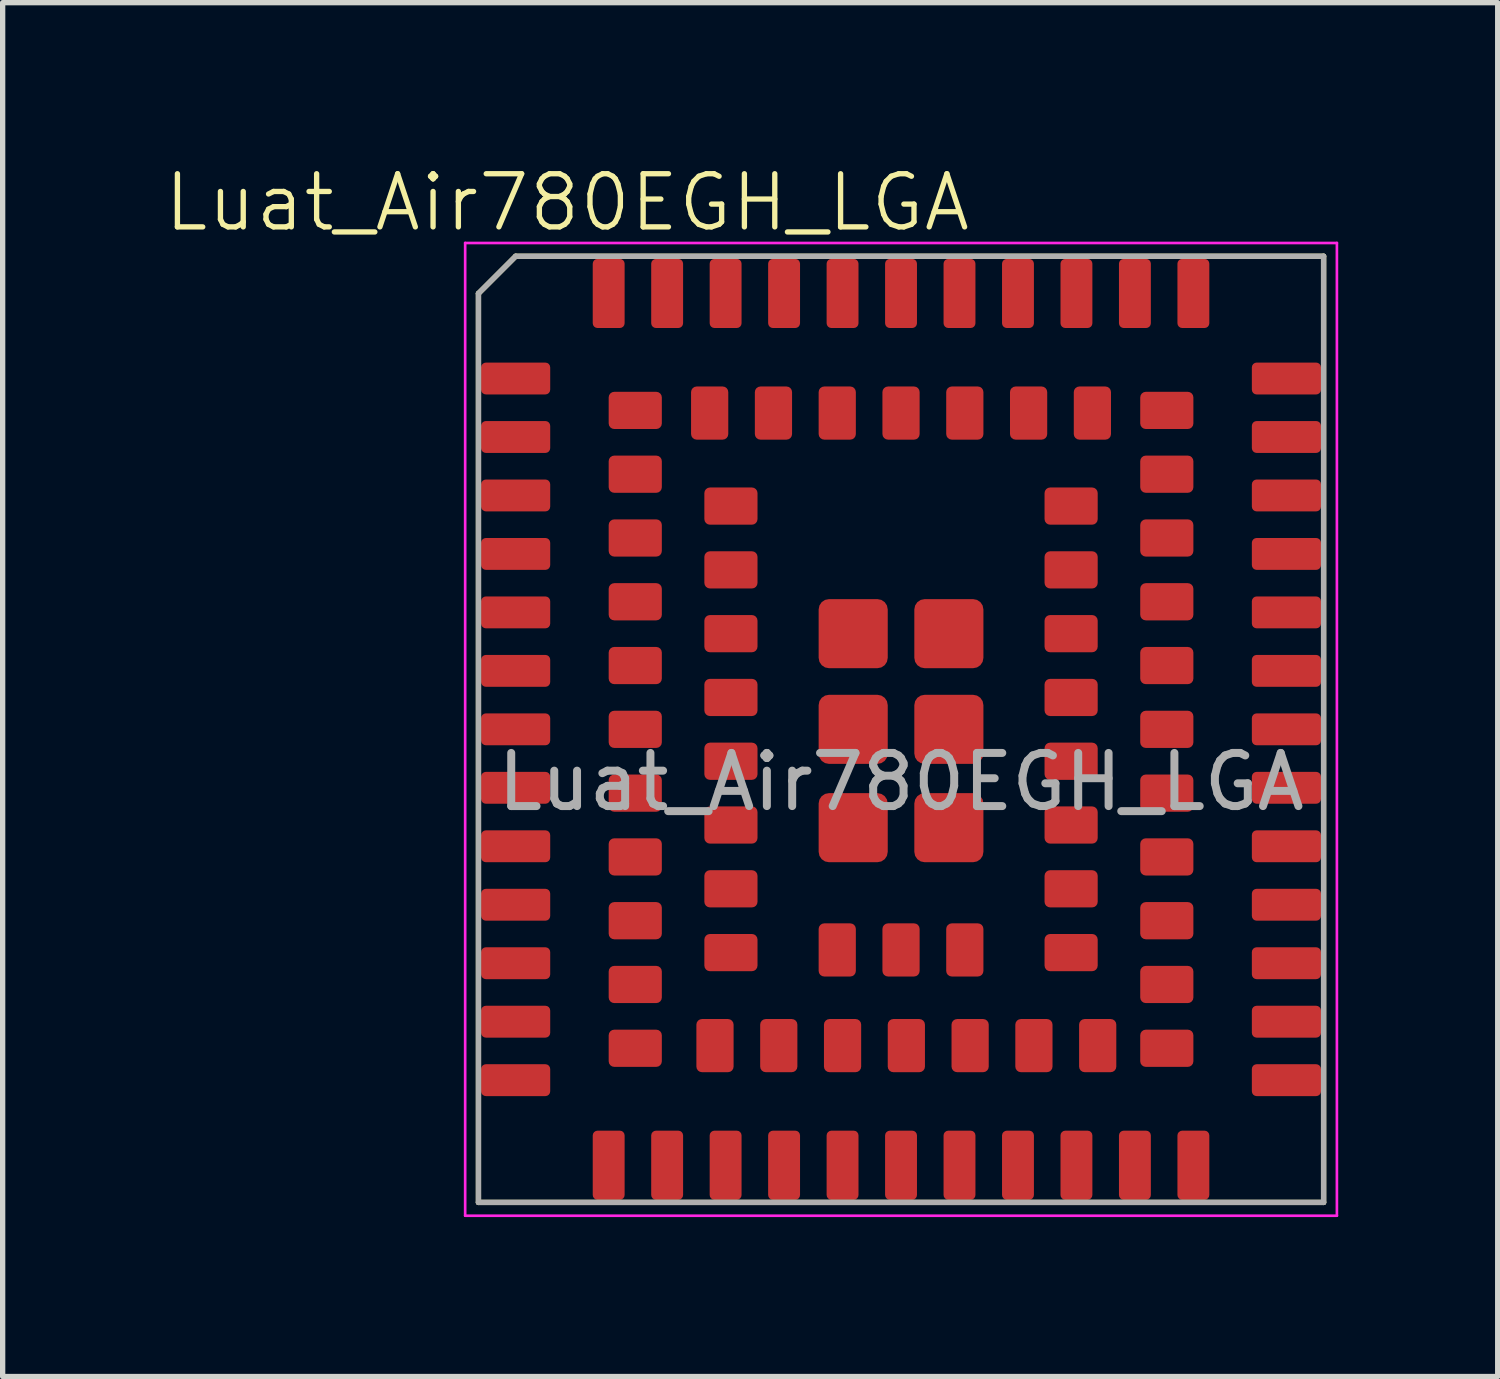
<source format=kicad_pcb>
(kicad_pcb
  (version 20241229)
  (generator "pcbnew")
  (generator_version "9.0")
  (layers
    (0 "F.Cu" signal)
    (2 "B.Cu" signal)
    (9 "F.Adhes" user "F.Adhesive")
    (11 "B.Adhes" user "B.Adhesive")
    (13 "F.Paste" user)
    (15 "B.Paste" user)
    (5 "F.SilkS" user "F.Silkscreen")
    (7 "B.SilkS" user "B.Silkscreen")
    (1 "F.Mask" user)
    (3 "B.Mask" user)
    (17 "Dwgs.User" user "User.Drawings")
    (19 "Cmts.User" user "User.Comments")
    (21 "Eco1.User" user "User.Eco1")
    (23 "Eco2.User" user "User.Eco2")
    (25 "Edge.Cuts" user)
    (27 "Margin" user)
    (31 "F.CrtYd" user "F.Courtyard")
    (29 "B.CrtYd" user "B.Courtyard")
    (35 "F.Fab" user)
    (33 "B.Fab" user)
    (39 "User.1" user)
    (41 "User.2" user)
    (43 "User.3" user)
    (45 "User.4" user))
  (footprint "Luat_Air780EGH_LGA"
    (layer "F.Cu")
    (at 13.901 10.671)
    (property "Reference" "Luat_Air780EGH_LGA" (at -6.28 -9.91 0) (unlocked yes) (layer "F.SilkS") (effects (font (size 1 1) (thickness 0.1))))
    (attr smd)
    (fp_line (start -7.95 -8.2) (end -7.95 8.9) (stroke (width 0.1) (type default)) (layer "F.SilkS"))
    (fp_line (start -7.95 8.9) (end 7.95 8.9) (stroke (width 0.1) (type default)) (layer "F.SilkS"))
    (fp_line (start -7.25 -8.9) (end -7.95 -8.2) (stroke (width 0.1) (type default)) (layer "F.SilkS"))
    (fp_line (start 7.95 -8.9) (end -7.25 -8.9) (stroke (width 0.1) (type default)) (layer "F.SilkS"))
    (fp_line (start 7.95 8.9) (end 7.95 -8.9) (stroke (width 0.1) (type default)) (layer "F.SilkS"))
    (fp_line (start -8.2 9.15) (end -8.2 -9.15) (stroke (width 0.05) (type default)) (layer "F.CrtYd"))
    (fp_line (start -8.2 9.15) (end 8.2 9.15) (stroke (width 0.05) (type default)) (layer "F.CrtYd"))
    (fp_line (start 8.2 -9.15) (end -8.2 -9.15) (stroke (width 0.05) (type default)) (layer "F.CrtYd"))
    (fp_line (start 8.2 9.15) (end 8.2 -9.15) (stroke (width 0.05) (type default)) (layer "F.CrtYd"))
    (fp_line (start -7.95 -8.2) (end -7.95 8.9) (stroke (width 0.1) (type default)) (layer "F.Fab"))
    (fp_line (start -7.95 8.9) (end 7.95 8.9) (stroke (width 0.1) (type default)) (layer "F.Fab"))
    (fp_line (start -7.25 -8.9) (end -7.95 -8.2) (stroke (width 0.1) (type default)) (layer "F.Fab"))
    (fp_line (start 7.95 -8.9) (end -7.25 -8.9) (stroke (width 0.1) (type default)) (layer "F.Fab"))
    (fp_line (start 7.95 8.9) (end 7.95 -8.9) (stroke (width 0.1) (type default)) (layer "F.Fab"))
    (fp_text user "${REFERENCE}" (at 0 0.989 0) (unlocked yes) (layer "F.Fab") (effects (font (size 1 1) (thickness 0.15))))
    (pad "1" smd roundrect (at -7.25 -6.6) (size 1.3 0.599) (layers "F.Cu" "F.Mask" "F.Paste") (roundrect_rratio 0.15))
    (pad "2" smd roundrect (at -7.25 -5.5) (size 1.3 0.6) (layers "F.Cu" "F.Mask" "F.Paste") (roundrect_rratio 0.15))
    (pad "3" smd roundrect (at -7.25 -4.4) (size 1.3 0.6) (layers "F.Cu" "F.Mask" "F.Paste") (roundrect_rratio 0.15))
    (pad "4" smd roundrect (at -7.25 -3.3) (size 1.3 0.6) (layers "F.Cu" "F.Mask" "F.Paste") (roundrect_rratio 0.15))
    (pad "5" smd roundrect (at -7.25 -2.2) (size 1.3 0.6) (layers "F.Cu" "F.Mask" "F.Paste") (roundrect_rratio 0.15))
    (pad "6" smd roundrect (at -7.25 -1.1) (size 1.3 0.6) (layers "F.Cu" "F.Mask" "F.Paste") (roundrect_rratio 0.15))
    (pad "7" smd roundrect (at -7.25 0) (size 1.3 0.6) (layers "F.Cu" "F.Mask" "F.Paste") (roundrect_rratio 0.15))
    (pad "8" smd roundrect (at -7.25 1.1) (size 1.3 0.6) (layers "F.Cu" "F.Mask" "F.Paste") (roundrect_rratio 0.15))
    (pad "9" smd roundrect (at -7.25 2.2) (size 1.3 0.6) (layers "F.Cu" "F.Mask" "F.Paste") (roundrect_rratio 0.15))
    (pad "10" smd roundrect (at -7.25 3.3) (size 1.3 0.6) (layers "F.Cu" "F.Mask" "F.Paste") (roundrect_rratio 0.15))
    (pad "11" smd roundrect (at -7.25 4.4) (size 1.3 0.6) (layers "F.Cu" "F.Mask" "F.Paste") (roundrect_rratio 0.15))
    (pad "12" smd roundrect (at -7.25 5.5) (size 1.3 0.6) (layers "F.Cu" "F.Mask" "F.Paste") (roundrect_rratio 0.15))
    (pad "13" smd roundrect (at -7.25 6.6) (size 1.3 0.6) (layers "F.Cu" "F.Mask" "F.Paste") (roundrect_rratio 0.15))
    (pad "14" smd roundrect (at -4.4 8.2 90) (size 1.3 0.6) (layers "F.Cu" "F.Mask" "F.Paste") (roundrect_rratio 0.15))
    (pad "15" smd roundrect (at -3.3 8.2 90) (size 1.3 0.6) (layers "F.Cu" "F.Mask" "F.Paste") (roundrect_rratio 0.15))
    (pad "16" smd roundrect (at -2.2 8.2 90) (size 1.3 0.6) (layers "F.Cu" "F.Mask" "F.Paste") (roundrect_rratio 0.15))
    (pad "17" smd roundrect (at -1.1 8.2 90) (size 1.3 0.6) (layers "F.Cu" "F.Mask" "F.Paste") (roundrect_rratio 0.15))
    (pad "18" smd roundrect (at 0 8.2 90) (size 1.3 0.6) (layers "F.Cu" "F.Mask" "F.Paste") (roundrect_rratio 0.15))
    (pad "19" smd roundrect (at 1.1 8.2 90) (size 1.3 0.6) (layers "F.Cu" "F.Mask" "F.Paste") (roundrect_rratio 0.15))
    (pad "20" smd roundrect (at 2.2 8.2 90) (size 1.3 0.6) (layers "F.Cu" "F.Mask" "F.Paste") (roundrect_rratio 0.15))
    (pad "21" smd roundrect (at 3.3 8.2 90) (size 1.3 0.6) (layers "F.Cu" "F.Mask" "F.Paste") (roundrect_rratio 0.15))
    (pad "22" smd roundrect (at 4.4 8.2 90) (size 1.3 0.6) (layers "F.Cu" "F.Mask" "F.Paste") (roundrect_rratio 0.15))
    (pad "23" smd roundrect (at 7.25 6.6 180) (size 1.3 0.6) (layers "F.Cu" "F.Mask" "F.Paste") (roundrect_rratio 0.15))
    (pad "24" smd roundrect (at 7.25 5.5 180) (size 1.3 0.6) (layers "F.Cu" "F.Mask" "F.Paste") (roundrect_rratio 0.15))
    (pad "25" smd roundrect (at 7.25 4.4 180) (size 1.3 0.6) (layers "F.Cu" "F.Mask" "F.Paste") (roundrect_rratio 0.15))
    (pad "26" smd roundrect (at 7.25 3.3 180) (size 1.3 0.6) (layers "F.Cu" "F.Mask" "F.Paste") (roundrect_rratio 0.15))
    (pad "27" smd roundrect (at 7.25 2.2 180) (size 1.3 0.6) (layers "F.Cu" "F.Mask" "F.Paste") (roundrect_rratio 0.15))
    (pad "28" smd roundrect (at 7.25 1.1 180) (size 1.3 0.6) (layers "F.Cu" "F.Mask" "F.Paste") (roundrect_rratio 0.15))
    (pad "29" smd roundrect (at 7.25 0 180) (size 1.3 0.6) (layers "F.Cu" "F.Mask" "F.Paste") (roundrect_rratio 0.15))
    (pad "30" smd roundrect (at 7.25 -1.1 180) (size 1.3 0.6) (layers "F.Cu" "F.Mask" "F.Paste") (roundrect_rratio 0.15))
    (pad "31" smd roundrect (at 7.25 -2.2 180) (size 1.3 0.6) (layers "F.Cu" "F.Mask" "F.Paste") (roundrect_rratio 0.15))
    (pad "32" smd roundrect (at 7.25 -3.3 180) (size 1.3 0.6) (layers "F.Cu" "F.Mask" "F.Paste") (roundrect_rratio 0.15))
    (pad "33" smd roundrect (at 7.25 -4.4 180) (size 1.3 0.6) (layers "F.Cu" "F.Mask" "F.Paste") (roundrect_rratio 0.15))
    (pad "34" smd roundrect (at 7.25 -5.5 180) (size 1.3 0.6) (layers "F.Cu" "F.Mask" "F.Paste") (roundrect_rratio 0.15))
    (pad "35" smd roundrect (at 7.25 -6.6 180) (size 1.3 0.6) (layers "F.Cu" "F.Mask" "F.Paste") (roundrect_rratio 0.15))
    (pad "36" smd roundrect (at 4.4 -8.2 270) (size 1.3 0.6) (layers "F.Cu" "F.Mask" "F.Paste") (roundrect_rratio 0.15))
    (pad "37" smd roundrect (at 3.3 -8.2 270) (size 1.3 0.6) (layers "F.Cu" "F.Mask" "F.Paste") (roundrect_rratio 0.15))
    (pad "38" smd roundrect (at 2.2 -8.2 270) (size 1.3 0.6) (layers "F.Cu" "F.Mask" "F.Paste") (roundrect_rratio 0.15))
    (pad "39" smd roundrect (at 1.1 -8.2 270) (size 1.3 0.6) (layers "F.Cu" "F.Mask" "F.Paste") (roundrect_rratio 0.15))
    (pad "40" smd roundrect (at 0 -8.2 270) (size 1.3 0.6) (layers "F.Cu" "F.Mask" "F.Paste") (roundrect_rratio 0.15))
    (pad "41" smd roundrect (at -1.1 -8.2 270) (size 1.3 0.6) (layers "F.Cu" "F.Mask" "F.Paste") (roundrect_rratio 0.15))
    (pad "42" smd roundrect (at -2.2 -8.2 270) (size 1.3 0.6) (layers "F.Cu" "F.Mask" "F.Paste") (roundrect_rratio 0.15))
    (pad "43" smd roundrect (at -3.3 -8.2 270) (size 1.3 0.6) (layers "F.Cu" "F.Mask" "F.Paste") (roundrect_rratio 0.15))
    (pad "44" smd roundrect (at -4.4 -8.2 270) (size 1.3 0.6) (layers "F.Cu" "F.Mask" "F.Paste") (roundrect_rratio 0.15))
    (pad "45" smd roundrect (at -5 -4.8) (size 1 0.7) (layers "F.Cu" "F.Mask" "F.Paste") (roundrect_rratio 0.15))
    (pad "46" smd roundrect (at -5 -3.6) (size 1 0.7) (layers "F.Cu" "F.Mask" "F.Paste") (roundrect_rratio 0.15))
    (pad "47" smd roundrect (at -5 -2.4) (size 1 0.7) (layers "F.Cu" "F.Mask" "F.Paste") (roundrect_rratio 0.15))
    (pad "48" smd roundrect (at -5 -1.2) (size 1 0.7) (layers "F.Cu" "F.Mask" "F.Paste") (roundrect_rratio 0.15))
    (pad "49" smd roundrect (at -5 0) (size 1 0.7) (layers "F.Cu" "F.Mask" "F.Paste") (roundrect_rratio 0.15))
    (pad "50" smd roundrect (at -5 1.2) (size 1 0.7) (layers "F.Cu" "F.Mask" "F.Paste") (roundrect_rratio 0.15))
    (pad "51" smd roundrect (at -5 2.4) (size 1 0.7) (layers "F.Cu" "F.Mask" "F.Paste") (roundrect_rratio 0.15))
    (pad "52" smd roundrect (at -5 3.6) (size 1 0.7) (layers "F.Cu" "F.Mask" "F.Paste") (roundrect_rratio 0.15))
    (pad "53" smd roundrect (at -5 4.8) (size 1 0.7) (layers "F.Cu" "F.Mask" "F.Paste") (roundrect_rratio 0.15))
    (pad "54" smd roundrect (at -2.3 5.95 270) (size 1 0.7) (layers "F.Cu" "F.Mask" "F.Paste") (roundrect_rratio 0.15))
    (pad "55" smd roundrect (at -1.1 5.95 270) (size 1 0.7) (layers "F.Cu" "F.Mask" "F.Paste") (roundrect_rratio 0.15))
    (pad "56" smd roundrect (at 0.1 5.95 270) (size 1 0.7) (layers "F.Cu" "F.Mask" "F.Paste") (roundrect_rratio 0.15))
    (pad "57" smd roundrect (at 1.3 5.95 270) (size 1 0.7) (layers "F.Cu" "F.Mask" "F.Paste") (roundrect_rratio 0.15))
    (pad "58" smd roundrect (at 2.5 5.95 270) (size 1 0.7) (layers "F.Cu" "F.Mask" "F.Paste") (roundrect_rratio 0.15))
    (pad "59" smd roundrect (at 5 4.8) (size 1 0.7) (layers "F.Cu" "F.Mask" "F.Paste") (roundrect_rratio 0.15))
    (pad "60" smd roundrect (at 5 3.6) (size 1 0.7) (layers "F.Cu" "F.Mask" "F.Paste") (roundrect_rratio 0.15))
    (pad "61" smd roundrect (at 5 2.4) (size 1 0.7) (layers "F.Cu" "F.Mask" "F.Paste") (roundrect_rratio 0.15))
    (pad "62" smd roundrect (at 5 1.2) (size 1 0.7) (layers "F.Cu" "F.Mask" "F.Paste") (roundrect_rratio 0.15))
    (pad "63" smd roundrect (at 5 0) (size 1 0.7) (layers "F.Cu" "F.Mask" "F.Paste") (roundrect_rratio 0.15))
    (pad "64" smd roundrect (at 5 -1.2) (size 1 0.7) (layers "F.Cu" "F.Mask" "F.Paste") (roundrect_rratio 0.15))
    (pad "65" smd roundrect (at 5 -2.4) (size 1 0.7) (layers "F.Cu" "F.Mask" "F.Paste") (roundrect_rratio 0.15))
    (pad "66" smd roundrect (at 5 -3.6) (size 1 0.7) (layers "F.Cu" "F.Mask" "F.Paste") (roundrect_rratio 0.15))
    (pad "67" smd roundrect (at 5 -4.8) (size 1 0.7) (layers "F.Cu" "F.Mask" "F.Paste") (roundrect_rratio 0.15))
    (pad "68" smd roundrect (at 2.4 -5.95 270) (size 1 0.7) (layers "F.Cu" "F.Mask" "F.Paste") (roundrect_rratio 0.15))
    (pad "69" smd roundrect (at 1.2 -5.95 270) (size 1 0.7) (layers "F.Cu" "F.Mask" "F.Paste") (roundrect_rratio 0.15))
    (pad "70" smd roundrect (at 0 -5.95 270) (size 1 0.7) (layers "F.Cu" "F.Mask" "F.Paste") (roundrect_rratio 0.15))
    (pad "71" smd roundrect (at -1.2 -5.95 270) (size 1 0.7) (layers "F.Cu" "F.Mask" "F.Paste") (roundrect_rratio 0.15))
    (pad "72" smd roundrect (at -2.4 -5.95 270) (size 1 0.7) (layers "F.Cu" "F.Mask" "F.Paste") (roundrect_rratio 0.15))
    (pad "73" smd roundrect (at -3.2 -4.2 180) (size 1 0.7) (layers "F.Cu" "F.Mask" "F.Paste") (roundrect_rratio 0.15))
    (pad "74" smd roundrect (at -3.2 -3) (size 1 0.7) (layers "F.Cu" "F.Mask" "F.Paste") (roundrect_rratio 0.15))
    (pad "75" smd roundrect (at -3.2 -1.8) (size 1 0.7) (layers "F.Cu" "F.Mask" "F.Paste") (roundrect_rratio 0.15))
    (pad "76" smd roundrect (at -3.2 -0.6) (size 1 0.7) (layers "F.Cu" "F.Mask" "F.Paste") (roundrect_rratio 0.15))
    (pad "77" smd roundrect (at -3.2 0.6) (size 1 0.7) (layers "F.Cu" "F.Mask" "F.Paste") (roundrect_rratio 0.15))
    (pad "78" smd roundrect (at -3.2 1.8) (size 1 0.7) (layers "F.Cu" "F.Mask" "F.Paste") (roundrect_rratio 0.15))
    (pad "79" smd roundrect (at -3.2 3) (size 1 0.7) (layers "F.Cu" "F.Mask" "F.Paste") (roundrect_rratio 0.15))
    (pad "80" smd roundrect (at -3.2 4.2) (size 1 0.7) (layers "F.Cu" "F.Mask" "F.Paste") (roundrect_rratio 0.15))
    (pad "81" smd roundrect (at 3.2 4.2) (size 1 0.7) (layers "F.Cu" "F.Mask" "F.Paste") (roundrect_rratio 0.15))
    (pad "82" smd roundrect (at 3.2 3) (size 1 0.7) (layers "F.Cu" "F.Mask" "F.Paste") (roundrect_rratio 0.15))
    (pad "83" smd roundrect (at 3.2 1.8) (size 1 0.7) (layers "F.Cu" "F.Mask" "F.Paste") (roundrect_rratio 0.15))
    (pad "84" smd roundrect (at 3.2 0.6) (size 1 0.7) (layers "F.Cu" "F.Mask" "F.Paste") (roundrect_rratio 0.15))
    (pad "85" smd roundrect (at 3.2 -0.6) (size 1 0.7) (layers "F.Cu" "F.Mask" "F.Paste") (roundrect_rratio 0.15))
    (pad "86" smd roundrect (at 3.2 -1.8) (size 1 0.7) (layers "F.Cu" "F.Mask" "F.Paste") (roundrect_rratio 0.15))
    (pad "87" smd roundrect (at 3.2 -3) (size 1 0.7) (layers "F.Cu" "F.Mask" "F.Paste") (roundrect_rratio 0.15))
    (pad "88" smd roundrect (at 3.2 -4.2) (size 1 0.7) (layers "F.Cu" "F.Mask" "F.Paste") (roundrect_rratio 0.15))
    (pad "89" smd roundrect (at -0.9 -1.8 180) (size 1.3 1.3) (layers "F.Cu" "F.Mask" "F.Paste") (roundrect_rratio 0.15))
    (pad "90" smd roundrect (at -0.9 0) (size 1.3 1.3) (layers "F.Cu" "F.Mask" "F.Paste") (roundrect_rratio 0.15))
    (pad "91" smd roundrect (at -0.9 1.85) (size 1.3 1.3) (layers "F.Cu" "F.Mask" "F.Paste") (roundrect_rratio 0.15))
    (pad "92" smd roundrect (at 0.9 1.85) (size 1.3 1.3) (layers "F.Cu" "F.Mask" "F.Paste") (roundrect_rratio 0.15))
    (pad "93" smd roundrect (at 0.9 0) (size 1.3 1.3) (layers "F.Cu" "F.Mask" "F.Paste") (roundrect_rratio 0.15))
    (pad "94" smd roundrect (at 0.9 -1.8) (size 1.3 1.3) (layers "F.Cu" "F.Mask" "F.Paste") (roundrect_rratio 0.15))
    (pad "95" smd roundrect (at -5.5 8.2 90) (size 1.3 0.6) (layers "F.Cu" "F.Mask" "F.Paste") (roundrect_rratio 0.15))
    (pad "96" smd roundrect (at 5.5 8.2 90) (size 1.3 0.6) (layers "F.Cu" "F.Mask" "F.Paste") (roundrect_rratio 0.15))
    (pad "97" smd roundrect (at 5.5 -8.2 270) (size 1.3 0.6) (layers "F.Cu" "F.Mask" "F.Paste") (roundrect_rratio 0.15))
    (pad "98" smd roundrect (at -5.5 -8.2 270) (size 1.3 0.6) (layers "F.Cu" "F.Mask" "F.Paste") (roundrect_rratio 0.15))
    (pad "99" smd roundrect (at -5 -6) (size 1 0.7) (layers "F.Cu" "F.Mask" "F.Paste") (roundrect_rratio 0.15))
    (pad "100" smd roundrect (at -5 6) (size 1 0.7) (layers "F.Cu" "F.Mask" "F.Paste") (roundrect_rratio 0.15))
    (pad "101" smd roundrect (at -3.5 5.95 90) (size 1 0.7) (layers "F.Cu" "F.Mask" "F.Paste") (roundrect_rratio 0.15))
    (pad "102" smd roundrect (at 3.7 5.95 270) (size 1 0.7) (layers "F.Cu" "F.Mask" "F.Paste") (roundrect_rratio 0.15))
    (pad "103" smd roundrect (at 5 6) (size 1 0.7) (layers "F.Cu" "F.Mask" "F.Paste") (roundrect_rratio 0.15))
    (pad "104" smd roundrect (at 5 -6) (size 1 0.7) (layers "F.Cu" "F.Mask" "F.Paste") (roundrect_rratio 0.15))
    (pad "105" smd roundrect (at 3.6 -5.95 270) (size 1 0.7) (layers "F.Cu" "F.Mask" "F.Paste") (roundrect_rratio 0.15))
    (pad "106" smd roundrect (at -3.6 -5.95 90) (size 1 0.7) (layers "F.Cu" "F.Mask" "F.Paste") (roundrect_rratio 0.15))
    (pad "107" smd roundrect (at -1.2 4.15 270) (size 1 0.7) (layers "F.Cu" "F.Mask" "F.Paste") (roundrect_rratio 0.15))
    (pad "108" smd roundrect (at 0 4.15 90) (size 1 0.7) (layers "F.Cu" "F.Mask" "F.Paste") (roundrect_rratio 0.15))
    (pad "109" smd roundrect (at 1.2 4.15 90) (size 1 0.7) (layers "F.Cu" "F.Mask" "F.Paste") (roundrect_rratio 0.15)))
  (gr_rect
    (start -3 -3)
    (end 25.126 22.846)
    (stroke (width 0.1) (type default))
    (fill no)
    (layer "Edge.Cuts")))
</source>
